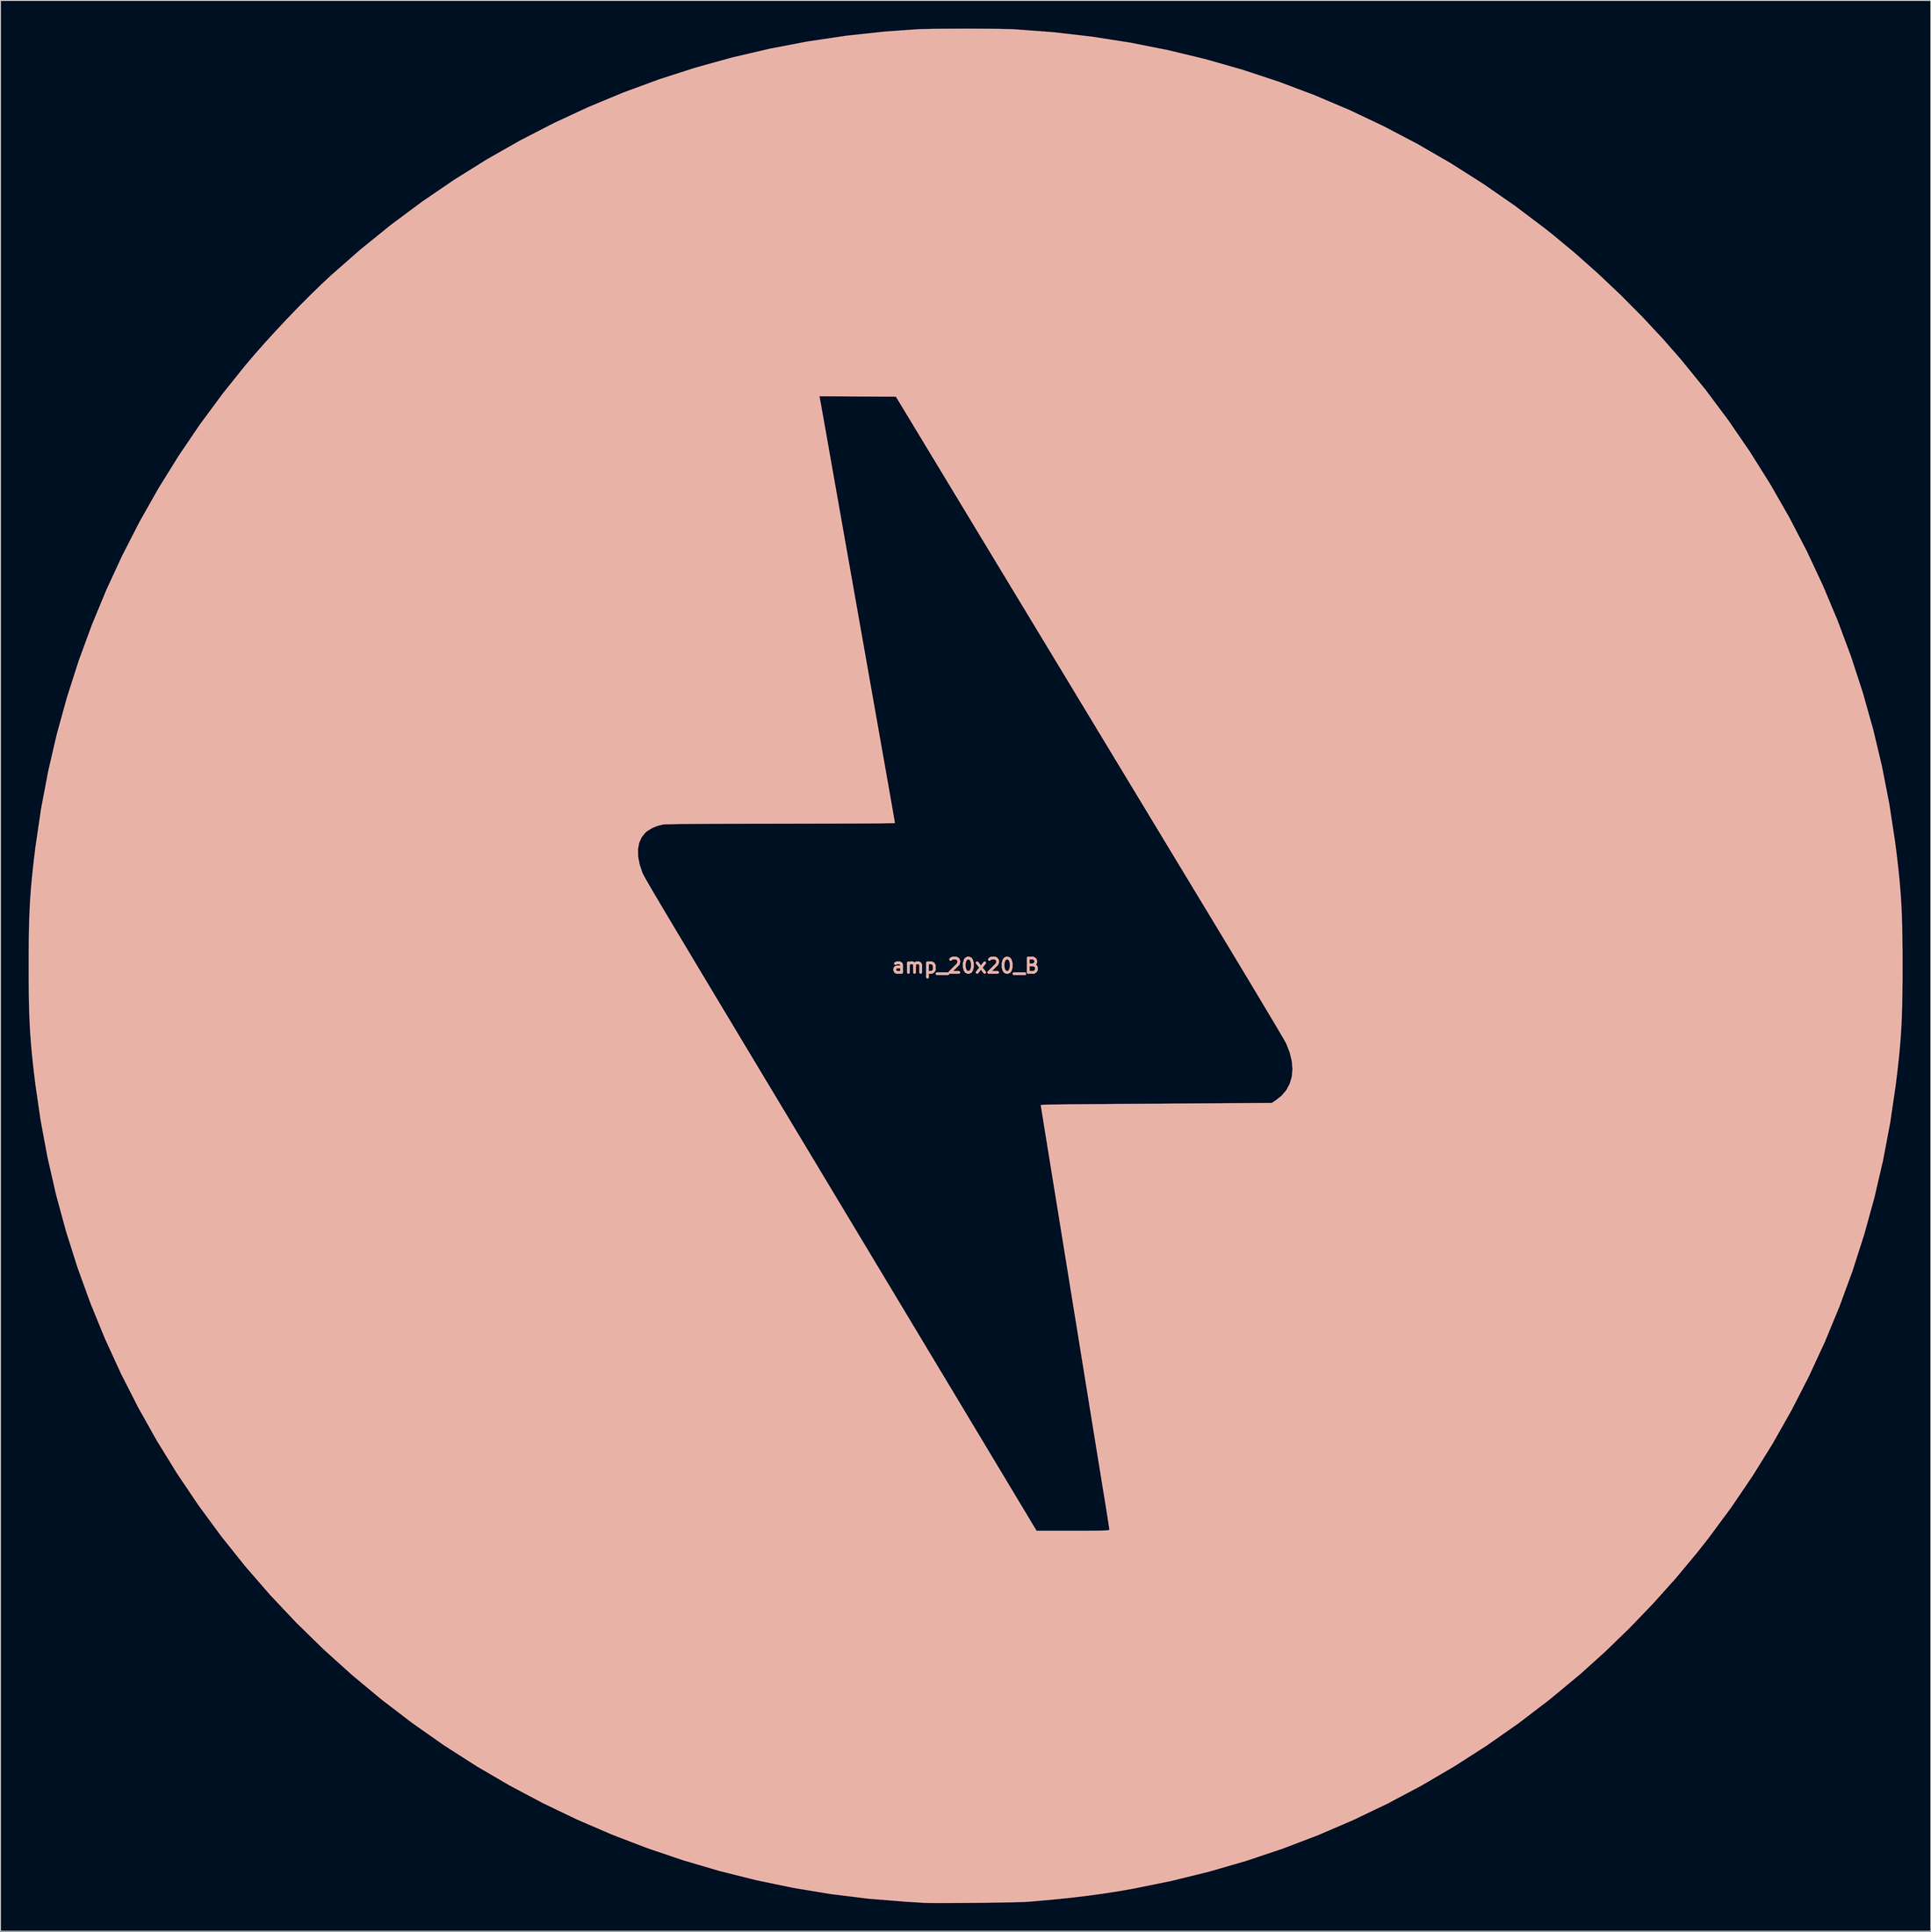
<source format=kicad_pcb>
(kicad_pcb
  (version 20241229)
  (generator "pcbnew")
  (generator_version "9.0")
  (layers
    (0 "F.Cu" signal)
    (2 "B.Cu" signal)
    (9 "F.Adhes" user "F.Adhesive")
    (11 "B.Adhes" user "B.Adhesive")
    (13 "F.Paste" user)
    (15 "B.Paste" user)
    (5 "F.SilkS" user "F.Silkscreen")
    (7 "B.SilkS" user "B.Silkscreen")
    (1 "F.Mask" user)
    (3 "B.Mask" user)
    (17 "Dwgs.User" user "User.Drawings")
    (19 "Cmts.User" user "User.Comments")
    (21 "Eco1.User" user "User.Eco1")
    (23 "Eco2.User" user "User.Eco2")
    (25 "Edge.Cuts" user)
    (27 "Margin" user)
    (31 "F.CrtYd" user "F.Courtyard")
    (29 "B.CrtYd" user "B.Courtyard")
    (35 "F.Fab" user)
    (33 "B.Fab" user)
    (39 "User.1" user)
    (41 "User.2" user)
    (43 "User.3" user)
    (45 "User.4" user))
  (footprint "amp_20x20_B"
    (layer "F.Cu")
    (at 99.869 99.888)
    (property "Reference" "amp_20x20_B" (at 0 0 0) (layer "B.SilkS") (effects (font (size 1.524 1.524) (thickness 0.3))))
    (attr through_hole)
    (fp_poly (pts (xy 1.025 -99.881) (xy 1.947 -99.876) (xy 2.819 -99.869) (xy 3.615 -99.858) (xy 4.311 -99.845) (xy 4.883 -99.828) (xy 5.249 -99.812) (xy 9.404 -99.5) (xy 13.518 -99.024) (xy 17.587 -98.386) (xy 21.608 -97.588) (xy 25.58 -96.629) (xy 29.497 -95.511) (xy 33.359 -94.237) (xy 37.161 -92.805) (xy 40.901 -91.219) (xy 44.575 -89.478) (xy 48.181 -87.584) (xy 51.716 -85.539) (xy 55.176 -83.342) (xy 58.559 -80.997) (xy 61.861 -78.503) (xy 62.569 -77.94) (xy 64.993 -75.925) (xy 67.412 -73.775) (xy 69.793 -71.522) (xy 72.104 -69.197) (xy 74.312 -66.832) (xy 76.23 -64.643) (xy 78.825 -61.452) (xy 81.279 -58.169) (xy 83.591 -54.799) (xy 85.758 -51.346) (xy 87.78 -47.815) (xy 89.653 -44.21) (xy 91.375 -40.535) (xy 92.946 -36.795) (xy 94.363 -32.994) (xy 95.623 -29.137) (xy 96.726 -25.227) (xy 97.669 -21.27) (xy 98.45 -17.269) (xy 99.068 -13.23) (xy 99.138 -12.686) (xy 99.289 -11.461) (xy 99.418 -10.331) (xy 99.527 -9.271) (xy 99.618 -8.254) (xy 99.692 -7.254) (xy 99.75 -6.245) (xy 99.795 -5.2) (xy 99.827 -4.093) (xy 99.848 -2.898) (xy 99.86 -1.589) (xy 99.864 -0.139) (xy 99.864 0) (xy 99.861 1.464) (xy 99.85 2.785) (xy 99.829 3.989) (xy 99.798 5.103) (xy 99.755 6.152) (xy 99.698 7.164) (xy 99.625 8.164) (xy 99.536 9.178) (xy 99.428 10.233) (xy 99.301 11.355) (xy 99.152 12.571) (xy 99.138 12.686) (xy 98.542 16.73) (xy 97.783 20.737) (xy 96.861 24.702) (xy 95.779 28.62) (xy 94.538 32.487) (xy 93.141 36.298) (xy 91.59 40.049) (xy 89.886 43.736) (xy 88.031 47.353) (xy 86.028 50.896) (xy 83.877 54.361) (xy 81.582 57.742) (xy 79.144 61.037) (xy 77.971 62.526) (xy 75.689 65.265) (xy 73.281 67.951) (xy 70.776 70.557) (xy 68.202 73.053) (xy 65.586 75.412) (xy 65.403 75.57) (xy 62.199 78.225) (xy 58.911 80.734) (xy 55.541 83.095) (xy 52.092 85.307) (xy 48.566 87.37) (xy 44.966 89.281) (xy 41.293 91.041) (xy 37.551 92.647) (xy 33.741 94.099) (xy 29.865 95.396) (xy 25.927 96.536) (xy 21.928 97.519) (xy 17.872 98.343) (xy 16.425 98.596) (xy 14.776 98.855) (xy 13.067 99.091) (xy 11.272 99.306) (xy 9.367 99.502) (xy 7.327 99.683) (xy 6.562 99.745) (xy 6.287 99.76) (xy 5.865 99.775) (xy 5.317 99.79) (xy 4.662 99.804) (xy 3.92 99.818) (xy 3.112 99.831) (xy 2.257 99.842) (xy 1.375 99.852) (xy 0.486 99.861) (xy -0.389 99.868) (xy -1.232 99.873) (xy -2.021 99.876) (xy -2.737 99.877) (xy -3.361 99.875) (xy -3.871 99.87) (xy -4.248 99.863) (xy -4.445 99.854) (xy -4.671 99.839) (xy -5.029 99.817) (xy -5.478 99.789) (xy -5.982 99.759) (xy -6.35 99.737) (xy -10.362 99.412) (xy -14.359 98.92) (xy -18.335 98.264) (xy -22.284 97.445) (xy -26.198 96.466) (xy -30.072 95.328) (xy -33.899 94.034) (xy -37.673 92.586) (xy -41.387 90.986) (xy -45.035 89.237) (xy -48.611 87.34) (xy -52.109 85.298) (xy -55.521 83.113) (xy -55.686 83.002) (xy -59.014 80.662) (xy -62.251 78.186) (xy -65.387 75.579) (xy -68.414 72.851) (xy -71.324 70.008) (xy -74.109 67.058) (xy -76.759 64.009) (xy -76.778 63.986) (xy -79.348 60.77) (xy -81.777 57.465) (xy -84.061 54.074) (xy -86.2 50.602) (xy -88.192 47.053) (xy -90.034 43.431) (xy -91.726 39.741) (xy -93.264 35.987) (xy -94.648 32.172) (xy -95.875 28.302) (xy -96.943 24.38) (xy -97.852 20.411) (xy -98.598 16.399) (xy -99.138 12.686) (xy -99.289 11.461) (xy -99.418 10.331) (xy -99.527 9.271) (xy -99.618 8.254) (xy -99.692 7.254) (xy -99.75 6.245) (xy -99.795 5.2) (xy -99.827 4.093) (xy -99.848 2.898) (xy -99.86 1.589) (xy -99.864 0.139) (xy -99.864 0) (xy -99.861 -1.464) (xy -99.85 -2.785) (xy -99.829 -3.989) (xy -99.798 -5.103) (xy -99.755 -6.152) (xy -99.698 -7.164) (xy -99.625 -8.164) (xy -99.536 -9.178) (xy -99.428 -10.233) (xy -99.301 -11.355) (xy -99.174 -12.396) (xy -34.923 -12.396) (xy -34.902 -11.635) (xy -34.741 -10.802) (xy -34.457 -9.948) (xy -34.431 -9.888) (xy -34.394 -9.809) (xy -34.342 -9.707) (xy -34.274 -9.579) (xy -34.186 -9.42) (xy -34.078 -9.227) (xy -33.947 -8.996) (xy -33.789 -8.723) (xy -33.604 -8.404) (xy -33.389 -8.036) (xy -33.142 -7.615) (xy -32.86 -7.137) (xy -32.541 -6.598) (xy -32.183 -5.995) (xy -31.783 -5.324) (xy -31.34 -4.58) (xy -30.851 -3.761) (xy -30.314 -2.862) (xy -29.726 -1.879) (xy -29.086 -0.81) (xy -28.39 0.351) (xy -27.638 1.606) (xy -26.826 2.96) (xy -25.952 4.416) (xy -25.014 5.978) (xy -24.01 7.65) (xy -22.938 9.436) (xy -21.795 11.339) (xy -20.579 13.363) (xy -19.287 15.513) (xy -17.918 17.791) (xy -16.469 20.201) (xy -14.939 22.748) (xy -13.324 25.435) (xy -12.785 26.331) (xy -11.779 28.004) (xy -10.75 29.716) (xy -9.705 31.456) (xy -8.65 33.211) (xy -7.594 34.969) (xy -6.542 36.718) (xy -5.503 38.447) (xy -4.484 40.143) (xy -3.492 41.795) (xy -2.533 43.39) (xy -1.616 44.916) (xy -0.747 46.362) (xy 0.066 47.716) (xy 0.816 48.965) (xy 1.496 50.097) (xy 2.099 51.101) (xy 2.312 51.456) (xy 7.561 60.198) (xy 11.443 60.198) (xy 12.366 60.197) (xy 13.133 60.195) (xy 13.758 60.192) (xy 14.256 60.185) (xy 14.639 60.176) (xy 14.922 60.164) (xy 15.118 60.148) (xy 15.241 60.128) (xy 15.306 60.104) (xy 15.325 60.074) (xy 15.325 60.073) (xy 15.311 59.967) (xy 15.273 59.71) (xy 15.213 59.32) (xy 15.134 58.815) (xy 15.038 58.211) (xy 14.928 57.526) (xy 14.807 56.776) (xy 14.693 56.073) (xy 14.565 55.293) (xy 14.416 54.373) (xy 14.248 53.34) (xy 14.066 52.223) (xy 13.875 51.048) (xy 13.68 49.842) (xy 13.484 48.634) (xy 13.292 47.45) (xy 13.108 46.317) (xy 13.087 46.186) (xy 12.732 43.99) (xy 12.378 41.81) (xy 12.03 39.657) (xy 11.687 37.54) (xy 11.351 35.471) (xy 11.026 33.46) (xy 10.711 31.518) (xy 10.409 29.656) (xy 10.122 27.883) (xy 9.851 26.212) (xy 9.598 24.651) (xy 9.364 23.213) (xy 9.152 21.907) (xy 8.964 20.745) (xy 8.8 19.737) (xy 8.764 19.516) (xy 8.626 18.662) (xy 8.495 17.857) (xy 8.375 17.117) (xy 8.268 16.456) (xy 8.177 15.892) (xy 8.104 15.439) (xy 8.052 15.114) (xy 8.023 14.933) (xy 8.018 14.901) (xy 8.012 14.885) (xy 8.002 14.87) (xy 7.997 14.856) (xy 8.002 14.843) (xy 8.026 14.832) (xy 8.076 14.822) (xy 8.159 14.812) (xy 8.282 14.803) (xy 8.452 14.795) (xy 8.678 14.788) (xy 8.965 14.78) (xy 9.321 14.774) (xy 9.754 14.767) (xy 10.27 14.761) (xy 10.878 14.754) (xy 11.583 14.747) (xy 12.394 14.741) (xy 13.318 14.733) (xy 14.361 14.726) (xy 15.532 14.717) (xy 16.837 14.708) (xy 18.283 14.699) (xy 19.879 14.688) (xy 21.63 14.676) (xy 23.199 14.666) (xy 32.639 14.603) (xy 33.016 14.359) (xy 33.668 13.846) (xy 34.179 13.247) (xy 34.545 12.569) (xy 34.766 11.82) (xy 34.84 11.008) (xy 34.766 10.14) (xy 34.543 9.223) (xy 34.178 8.286) (xy 34.103 8.147) (xy 33.946 7.87) (xy 33.71 7.465) (xy 33.4 6.938) (xy 33.022 6.299) (xy 32.58 5.556) (xy 32.079 4.715) (xy 31.523 3.786) (xy 30.918 2.776) (xy 30.269 1.693) (xy 29.579 0.545) (xy 28.854 -0.659) (xy 28.099 -1.912) (xy 27.318 -3.206) (xy 26.543 -4.487) (xy 25.655 -5.956) (xy 24.734 -7.478) (xy 23.791 -9.038) (xy 22.833 -10.622) (xy 21.871 -12.212) (xy 20.914 -13.795) (xy 19.971 -15.355) (xy 19.051 -16.877) (xy 18.163 -18.345) (xy 17.317 -19.743) (xy 16.523 -21.058) (xy 15.788 -22.273) (xy 15.123 -23.373) (xy 14.563 -24.299) (xy 13.843 -25.49) (xy 13.05 -26.803) (xy 12.198 -28.212) (xy 11.301 -29.695) (xy 10.374 -31.228) (xy 9.431 -32.787) (xy 8.487 -34.348) (xy 7.556 -35.887) (xy 6.652 -37.382) (xy 5.79 -38.807) (xy 4.984 -40.139) (xy 4.784 -40.471) (xy 4.069 -41.652) (xy 3.345 -42.849) (xy 2.621 -44.046) (xy 1.905 -45.229) (xy 1.207 -46.384) (xy 0.535 -47.495) (xy -0.103 -48.549) (xy -0.696 -49.531) (xy -1.238 -50.426) (xy -1.718 -51.221) (xy -2.128 -51.899) (xy -2.459 -52.447) (xy -2.462 -52.451) (xy -2.95 -53.259) (xy -3.467 -54.115) (xy -3.996 -54.989) (xy -4.518 -55.852) (xy -5.014 -56.673) (xy -5.467 -57.421) (xy -5.858 -58.067) (xy -5.995 -58.293) (xy -7.43 -60.664) (xy -15.582 -60.708) (xy -15.54 -60.516) (xy -15.518 -60.402) (xy -15.469 -60.135) (xy -15.396 -59.73) (xy -15.302 -59.201) (xy -15.188 -58.564) (xy -15.058 -57.831) (xy -14.914 -57.018) (xy -14.758 -56.139) (xy -14.594 -55.208) (xy -14.526 -54.822) (xy -14.32 -53.654) (xy -14.091 -52.36) (xy -13.847 -50.98) (xy -13.595 -49.552) (xy -13.341 -48.119) (xy -13.094 -46.718) (xy -12.859 -45.392) (xy -12.644 -44.179) (xy -12.58 -43.815) (xy -12.328 -42.394) (xy -12.051 -40.828) (xy -11.752 -39.138) (xy -11.434 -37.346) (xy -11.103 -35.473) (xy -10.761 -33.541) (xy -10.413 -31.571) (xy -10.062 -29.585) (xy -9.711 -27.605) (xy -9.366 -25.651) (xy -9.029 -23.746) (xy -8.705 -21.911) (xy -8.397 -20.167) (xy -8.335 -19.818) (xy -8.184 -18.964) (xy -8.043 -18.161) (xy -7.913 -17.423) (xy -7.799 -16.765) (xy -7.701 -16.205) (xy -7.624 -15.756) (xy -7.569 -15.435) (xy -7.54 -15.256) (xy -7.535 -15.225) (xy -7.618 -15.217) (xy -7.861 -15.209) (xy -8.255 -15.201) (xy -8.789 -15.194) (xy -9.454 -15.187) (xy -10.242 -15.181) (xy -11.142 -15.175) (xy -12.144 -15.17) (xy -13.241 -15.166) (xy -14.421 -15.162) (xy -15.675 -15.159) (xy -16.995 -15.156) (xy -18.37 -15.155) (xy -19.622 -15.155) (xy -21.546 -15.154) (xy -23.318 -15.152) (xy -24.934 -15.149) (xy -26.394 -15.144) (xy -27.696 -15.138) (xy -28.839 -15.131) (xy -29.821 -15.123) (xy -30.64 -15.114) (xy -31.296 -15.103) (xy -31.787 -15.092) (xy -32.111 -15.079) (xy -32.258 -15.066) (xy -32.858 -14.917) (xy -33.436 -14.674) (xy -33.934 -14.366) (xy -34.154 -14.178) (xy -34.549 -13.674) (xy -34.805 -13.077) (xy -34.923 -12.396) (xy -99.174 -12.396) (xy -99.152 -12.571) (xy -99.138 -12.686) (xy -98.542 -16.734) (xy -97.782 -20.742) (xy -96.861 -24.708) (xy -95.779 -28.625) (xy -94.539 -32.491) (xy -93.142 -36.3) (xy -91.591 -40.05) (xy -89.887 -43.734) (xy -88.032 -47.35) (xy -86.028 -50.893) (xy -83.877 -54.358) (xy -81.581 -57.742) (xy -79.14 -61.04) (xy -76.778 -63.986) (xy -75.763 -65.179) (xy -74.656 -66.432) (xy -73.484 -67.716) (xy -72.276 -69.004) (xy -71.057 -70.266) (xy -69.854 -71.475) (xy -68.695 -72.602) (xy -67.607 -73.619) (xy -67.606 -73.62) (xy -64.464 -76.375) (xy -61.236 -78.984) (xy -57.925 -81.447) (xy -54.534 -83.761) (xy -51.066 -85.927) (xy -47.525 -87.943) (xy -43.912 -89.807) (xy -40.23 -91.518) (xy -36.483 -93.075) (xy -32.674 -94.478) (xy -28.804 -95.724) (xy -24.878 -96.812) (xy -20.898 -97.742) (xy -16.867 -98.513) (xy -12.787 -99.121) (xy -8.662 -99.568) (xy -5.249 -99.812) (xy -4.801 -99.831) (xy -4.207 -99.847) (xy -3.494 -99.86) (xy -2.684 -99.87) (xy -1.803 -99.877) (xy -0.875 -99.881) (xy 0.076 -99.883) (xy 1.025 -99.881)) (stroke (width 0.01) (type solid)) (fill yes) (layer "B.SilkS")))
  (gr_rect
    (start -3 -3)
    (end 202.739 202.769)
    (stroke (width 0.1) (type default))
    (fill no)
    (layer "Edge.Cuts")))
</source>
